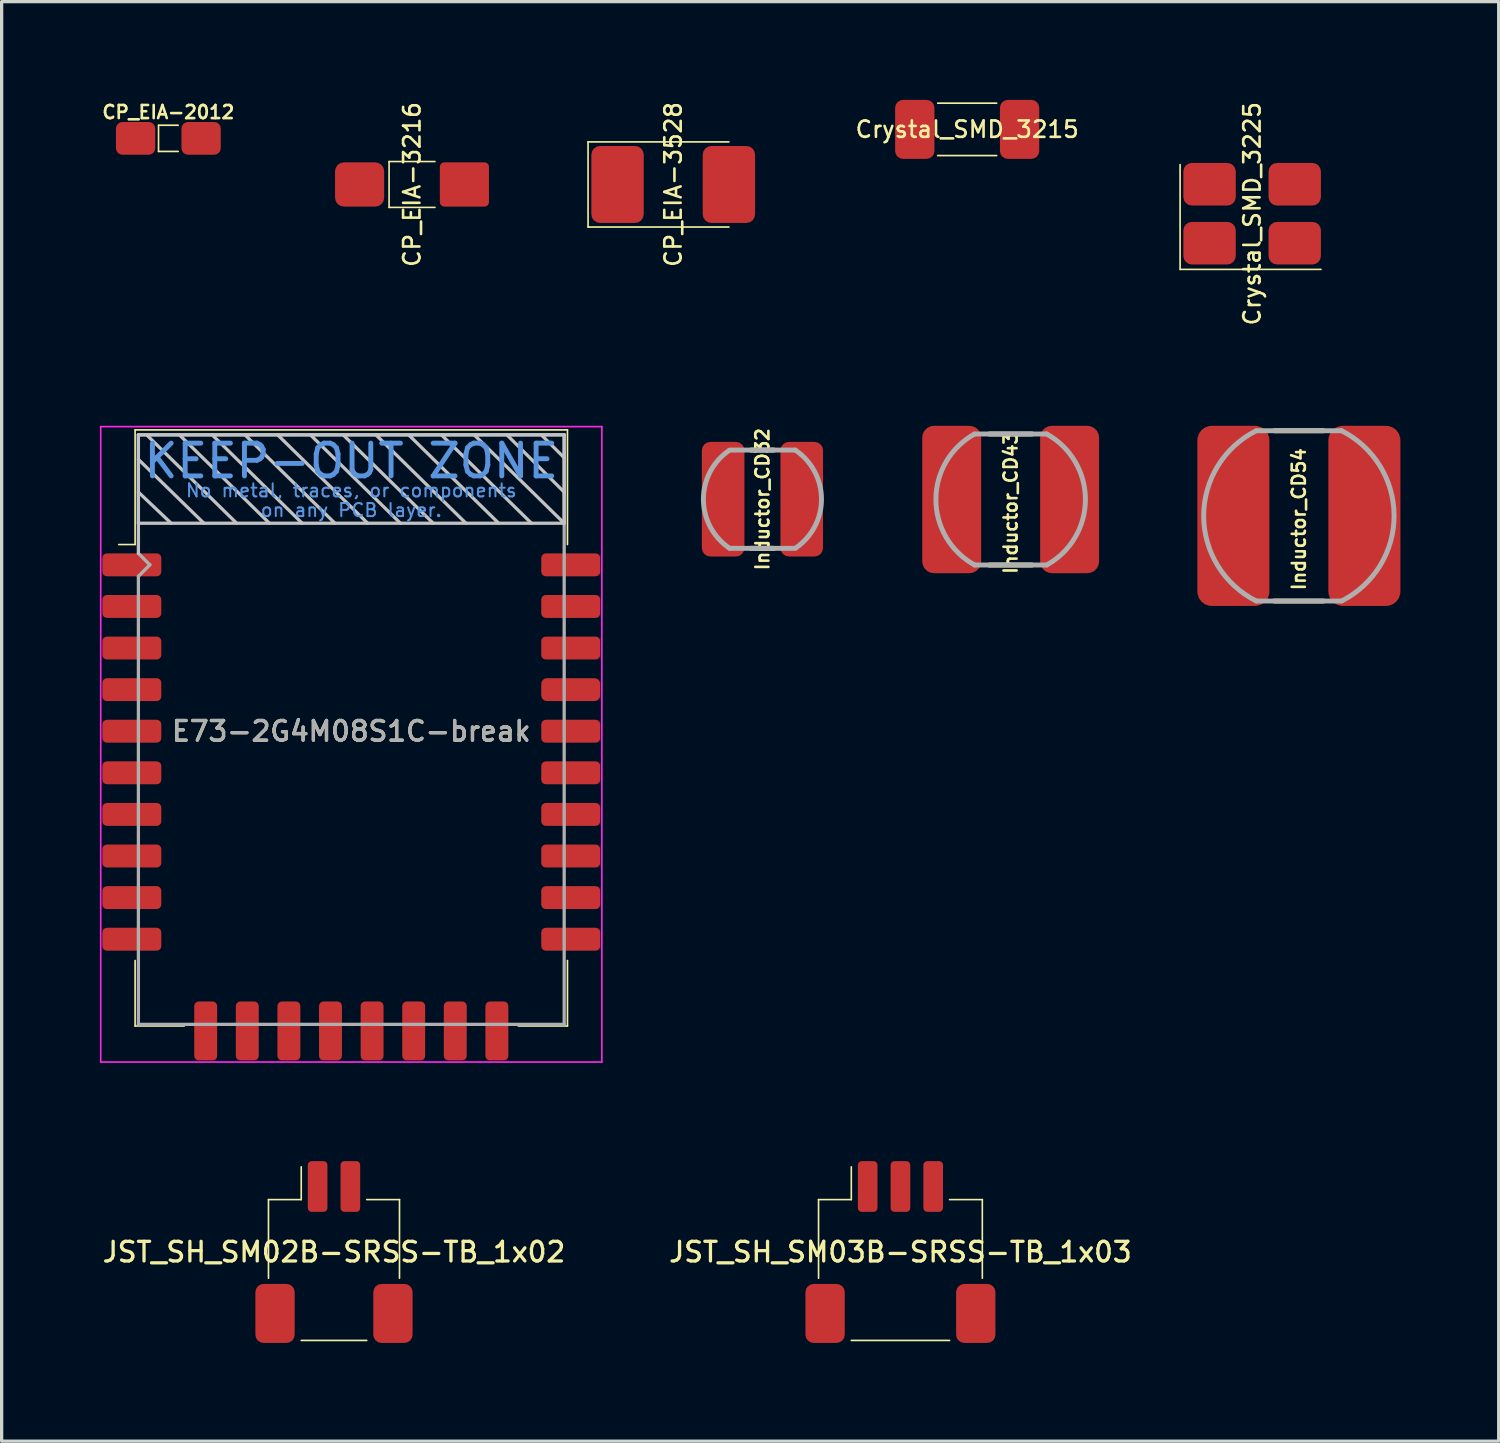
<source format=kicad_pcb>
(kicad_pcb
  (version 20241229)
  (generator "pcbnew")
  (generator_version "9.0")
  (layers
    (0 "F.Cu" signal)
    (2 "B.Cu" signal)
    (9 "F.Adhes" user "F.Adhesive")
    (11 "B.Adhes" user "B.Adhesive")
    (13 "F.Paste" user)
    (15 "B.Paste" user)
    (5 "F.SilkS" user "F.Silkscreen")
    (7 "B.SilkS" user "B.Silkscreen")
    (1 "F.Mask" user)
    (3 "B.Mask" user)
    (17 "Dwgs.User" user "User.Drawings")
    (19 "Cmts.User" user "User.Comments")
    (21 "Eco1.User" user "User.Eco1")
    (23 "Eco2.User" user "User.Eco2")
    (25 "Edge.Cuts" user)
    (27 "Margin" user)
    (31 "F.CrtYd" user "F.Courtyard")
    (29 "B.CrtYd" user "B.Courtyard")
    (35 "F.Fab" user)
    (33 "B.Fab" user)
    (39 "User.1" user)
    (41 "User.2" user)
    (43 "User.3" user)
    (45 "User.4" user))
  (footprint "JST_SH_SM03B-SRSS-TB_1x03"
    (layer "F.Cu")
    (at 24.441 35.175)
    (property "Reference" "JST_SH_SM03B-SRSS-TB_1x03" (at 0 0 0) (layer "F.SilkS") (effects (font (size 0.6 0.6) (thickness 0.1))))
    (attr smd)
    (fp_line (start -2.5 -1.6) (end -1.5 -1.6) (stroke (width 0.05) (type solid)) (layer "F.SilkS"))
    (fp_line (start -2.5 0.8) (end -2.5 -1.6) (stroke (width 0.05) (type solid)) (layer "F.SilkS"))
    (fp_line (start -1.5 -1.6) (end -1.5 -2.6) (stroke (width 0.05) (type solid)) (layer "F.SilkS"))
    (fp_line (start -1.5 2.7) (end 1.5 2.7) (stroke (width 0.05) (type solid)) (layer "F.SilkS"))
    (fp_line (start 2.5 -1.6) (end 1.5 -1.6) (stroke (width 0.05) (type solid)) (layer "F.SilkS"))
    (fp_line (start 2.5 0.8) (end 2.5 -1.6) (stroke (width 0.05) (type solid)) (layer "F.SilkS"))
    (pad "1" smd roundrect (at -1 -2) (size 0.6 1.55) (layers "F.Cu" "F.Mask" "F.Paste") (roundrect_rratio 0.2))
    (pad "2" smd roundrect (at 0 -2) (size 0.6 1.55) (layers "F.Cu" "F.Mask" "F.Paste") (roundrect_rratio 0.2))
    (pad "3" smd roundrect (at 1 -2) (size 0.6 1.55) (layers "F.Cu" "F.Mask" "F.Paste") (roundrect_rratio 0.2))
    (pad "MP" smd roundrect (at -2.3 1.875) (size 1.2 1.8) (layers "F.Cu" "F.Mask" "F.Paste") (roundrect_rratio 0.208))
    (pad "MP" smd roundrect (at 2.3 1.875) (size 1.2 1.8) (layers "F.Cu" "F.Mask" "F.Paste") (roundrect_rratio 0.208)))
  (footprint "JST_SH_SM02B-SRSS-TB_1x02"
    (layer "F.Cu")
    (at 7.147 35.175)
    (property "Reference" "JST_SH_SM02B-SRSS-TB_1x02" (at 0 0 0) (layer "F.SilkS") (effects (font (size 0.6 0.6) (thickness 0.1))))
    (attr smd)
    (fp_line (start -2 -1.6) (end -1 -1.6) (stroke (width 0.05) (type solid)) (layer "F.SilkS"))
    (fp_line (start -2 0.8) (end -2 -1.6) (stroke (width 0.05) (type solid)) (layer "F.SilkS"))
    (fp_line (start -1 -1.6) (end -1 -2.6) (stroke (width 0.05) (type solid)) (layer "F.SilkS"))
    (fp_line (start -1 2.7) (end 1 2.7) (stroke (width 0.05) (type solid)) (layer "F.SilkS"))
    (fp_line (start 2 -1.6) (end 1 -1.6) (stroke (width 0.05) (type solid)) (layer "F.SilkS"))
    (fp_line (start 2 0.8) (end 2 -1.6) (stroke (width 0.05) (type solid)) (layer "F.SilkS"))
    (pad "1" smd roundrect (at -0.5 -2) (size 0.6 1.55) (layers "F.Cu" "F.Mask" "F.Paste") (roundrect_rratio 0.2))
    (pad "2" smd roundrect (at 0.5 -2) (size 0.6 1.55) (layers "F.Cu" "F.Mask" "F.Paste") (roundrect_rratio 0.2))
    (pad "MP" smd roundrect (at -1.8 1.875) (size 1.2 1.8) (layers "F.Cu" "F.Mask" "F.Paste") (roundrect_rratio 0.208))
    (pad "MP" smd roundrect (at 1.8 1.875) (size 1.2 1.8) (layers "F.Cu" "F.Mask" "F.Paste") (roundrect_rratio 0.208)))
  (footprint "E73-2G4M08S1C-break"
    (layer "F.Cu")
    (at 7.675 19.275)
    (property "Reference" "E73-2G4M08S1C-break" (at 0 0 0) (layer "F.SilkS") (effects (font (size 0.6 0.6) (thickness 0.1))))
    (attr smd)
    (fp_line (start -6.6 -9.2) (end -6.6 -5.7) (stroke (width 0.05) (type solid)) (layer "F.SilkS"))
    (fp_line (start -6.6 -5.7) (end -7.1 -5.7) (stroke (width 0.05) (type solid)) (layer "F.SilkS"))
    (fp_line (start -6.6 9) (end -6.6 7) (stroke (width 0.05) (type solid)) (layer "F.SilkS"))
    (fp_line (start -6.6 9) (end -5.1 9) (stroke (width 0.05) (type solid)) (layer "F.SilkS"))
    (fp_line (start 6.6 -9.2) (end -6.6 -9.2) (stroke (width 0.05) (type solid)) (layer "F.SilkS"))
    (fp_line (start 6.6 -9.2) (end 6.6 -5.7) (stroke (width 0.05) (type solid)) (layer "F.SilkS"))
    (fp_line (start 6.6 9) (end 5.1 9) (stroke (width 0.05) (type solid)) (layer "F.SilkS"))
    (fp_line (start 6.6 9) (end 6.6 7) (stroke (width 0.05) (type solid)) (layer "F.SilkS"))
    (fp_line (start -6.5 -9.05) (end 6.5 -9.05) (stroke (width 0.1) (type solid)) (layer "Dwgs.User"))
    (fp_line (start -6.5 -8.3) (end -4.5 -6.35) (stroke (width 0.1) (type solid)) (layer "Dwgs.User"))
    (fp_line (start -6.5 -5.43) (end -6.5 -9.05) (stroke (width 0.1) (type solid)) (layer "Dwgs.User"))
    (fp_line (start -5.5 -6.35) (end -6.5 -7.3) (stroke (width 0.1) (type solid)) (layer "Dwgs.User"))
    (fp_line (start -5.25 -9.05) (end -2.5 -6.35) (stroke (width 0.1) (type solid)) (layer "Dwgs.User"))
    (fp_line (start -3.5 -6.35) (end -6.25 -9.05) (stroke (width 0.1) (type solid)) (layer "Dwgs.User"))
    (fp_line (start -3.25 -9.05) (end -0.5 -6.35) (stroke (width 0.1) (type solid)) (layer "Dwgs.User"))
    (fp_line (start -1.5 -6.35) (end -4.25 -9.05) (stroke (width 0.1) (type solid)) (layer "Dwgs.User"))
    (fp_line (start -1.25 -9.05) (end 1.5 -6.35) (stroke (width 0.1) (type solid)) (layer "Dwgs.User"))
    (fp_line (start 0.5 -6.35) (end -2.25 -9.05) (stroke (width 0.1) (type solid)) (layer "Dwgs.User"))
    (fp_line (start 0.75 -9.05) (end 3.5 -6.35) (stroke (width 0.1) (type solid)) (layer "Dwgs.User"))
    (fp_line (start 2.5 -6.35) (end -0.25 -9.05) (stroke (width 0.1) (type solid)) (layer "Dwgs.User"))
    (fp_line (start 2.75 -9.05) (end 5.5 -6.35) (stroke (width 0.1) (type solid)) (layer "Dwgs.User"))
    (fp_line (start 4.5 -6.35) (end 1.75 -9.05) (stroke (width 0.1) (type solid)) (layer "Dwgs.User"))
    (fp_line (start 4.75 -9.05) (end 6.5 -7.3) (stroke (width 0.1) (type solid)) (layer "Dwgs.User"))
    (fp_line (start 5.8 -9.05) (end 6.5 -8.35) (stroke (width 0.1) (type solid)) (layer "Dwgs.User"))
    (fp_line (start 6.5 -9.05) (end 6.5 -6.35) (stroke (width 0.1) (type solid)) (layer "Dwgs.User"))
    (fp_line (start 6.5 -6.35) (end -6.5 -6.35) (stroke (width 0.1) (type solid)) (layer "Dwgs.User"))
    (fp_line (start 6.5 -6.35) (end 3.75 -9.05) (stroke (width 0.1) (type solid)) (layer "Dwgs.User"))
    (fp_line (start -7.65 -9.3) (end -7.65 10.1) (stroke (width 0.05) (type solid)) (layer "F.CrtYd"))
    (fp_line (start -7.65 10.1) (end 7.65 10.1) (stroke (width 0.05) (type solid)) (layer "F.CrtYd"))
    (fp_line (start 7.65 -9.3) (end -7.65 -9.3) (stroke (width 0.05) (type solid)) (layer "F.CrtYd"))
    (fp_line (start 7.65 10.1) (end 7.65 -9.3) (stroke (width 0.05) (type solid)) (layer "F.CrtYd"))
    (fp_line (start -6.5 -6.35) (end -6.5 -9.05) (stroke (width 0.1) (type solid)) (layer "F.Fab"))
    (fp_line (start -6.5 -5.43) (end -6.15 -5.08) (stroke (width 0.1) (type solid)) (layer "F.Fab"))
    (fp_line (start -6.5 -4.73) (end -6.5 8.95) (stroke (width 0.1) (type solid)) (layer "F.Fab"))
    (fp_line (start -6.5 8.95) (end 6.5 8.95) (stroke (width 0.1) (type solid)) (layer "F.Fab"))
    (fp_line (start -6.15 -5.08) (end -6.5 -4.73) (stroke (width 0.1) (type solid)) (layer "F.Fab"))
    (fp_line (start 6.5 -9.05) (end -6.5 -9.05) (stroke (width 0.1) (type solid)) (layer "F.Fab"))
    (fp_line (start 6.5 8.95) (end 6.5 -9.05) (stroke (width 0.1) (type solid)) (layer "F.Fab"))
    (fp_text user "KEEP-OUT ZONE" (at 0 -8.25 0) (layer "Cmts.User") (effects (font (size 1 1) (thickness 0.15))))
    (fp_text user "on any PCB layer." (at 0 -6.75 0) (layer "Cmts.User") (effects (font (size 0.4 0.4) (thickness 0.06))))
    (fp_text user "No metal, traces, or components" (at 0 -7.35 0) (layer "Cmts.User") (effects (font (size 0.4 0.4) (thickness 0.06))))
    (fp_text user "${REFERENCE}" (at 0 0 0) (layer "F.Fab") (effects (font (size 0.6 0.6) (thickness 0.1))))
    (pad "1" smd roundrect (at -6.7 -5.08) (size 1.8 0.7) (layers "F.Cu" "F.Mask" "F.Paste") (roundrect_rratio 0.2))
    (pad "2" smd roundrect (at -6.7 -3.81) (size 1.8 0.7) (layers "F.Cu" "F.Mask" "F.Paste") (roundrect_rratio 0.2))
    (pad "3" smd roundrect (at -6.7 -2.54) (size 1.8 0.7) (layers "F.Cu" "F.Mask" "F.Paste") (roundrect_rratio 0.2))
    (pad "4" smd roundrect (at -6.7 -1.27) (size 1.8 0.7) (layers "F.Cu" "F.Mask" "F.Paste") (roundrect_rratio 0.2))
    (pad "5" smd roundrect (at -6.7 0) (size 1.8 0.7) (layers "F.Cu" "F.Mask" "F.Paste") (roundrect_rratio 0.2))
    (pad "6" smd roundrect (at -6.7 1.27) (size 1.8 0.7) (layers "F.Cu" "F.Mask" "F.Paste") (roundrect_rratio 0.2))
    (pad "7" smd roundrect (at -6.7 2.54) (size 1.8 0.7) (layers "F.Cu" "F.Mask" "F.Paste") (roundrect_rratio 0.2))
    (pad "8" smd roundrect (at -6.7 3.81) (size 1.8 0.7) (layers "F.Cu" "F.Mask" "F.Paste") (roundrect_rratio 0.2))
    (pad "9" smd roundrect (at -6.7 5.08) (size 1.8 0.7) (layers "F.Cu" "F.Mask" "F.Paste") (roundrect_rratio 0.2))
    (pad "10" smd roundrect (at -6.7 6.35) (size 1.8 0.7) (layers "F.Cu" "F.Mask" "F.Paste") (roundrect_rratio 0.2))
    (pad "11" smd roundrect (at -4.445 9.15) (size 0.7 1.8) (layers "F.Cu" "F.Mask" "F.Paste") (roundrect_rratio 0.2))
    (pad "13" smd roundrect (at -3.175 9.15) (size 0.7 1.8) (layers "F.Cu" "F.Mask" "F.Paste") (roundrect_rratio 0.2))
    (pad "15" smd roundrect (at -1.905 9.15) (size 0.7 1.8) (layers "F.Cu" "F.Mask" "F.Paste") (roundrect_rratio 0.2))
    (pad "17" smd roundrect (at -0.635 9.15) (size 0.7 1.8) (layers "F.Cu" "F.Mask" "F.Paste") (roundrect_rratio 0.2))
    (pad "19" smd roundrect (at 0.635 9.15) (size 0.7 1.8) (layers "F.Cu" "F.Mask" "F.Paste") (roundrect_rratio 0.2))
    (pad "21" smd roundrect (at 1.905 9.15) (size 0.7 1.8) (layers "F.Cu" "F.Mask" "F.Paste") (roundrect_rratio 0.2))
    (pad "23" smd roundrect (at 3.175 9.15) (size 0.7 1.8) (layers "F.Cu" "F.Mask" "F.Paste") (roundrect_rratio 0.2))
    (pad "25" smd roundrect (at 4.445 9.15) (size 0.7 1.8) (layers "F.Cu" "F.Mask" "F.Paste") (roundrect_rratio 0.2))
    (pad "26" smd roundrect (at 6.7 6.35) (size 1.8 0.7) (layers "F.Cu" "F.Mask" "F.Paste") (roundrect_rratio 0.2))
    (pad "27" smd roundrect (at 6.7 5.08) (size 1.8 0.7) (layers "F.Cu" "F.Mask" "F.Paste") (roundrect_rratio 0.2))
    (pad "29" smd roundrect (at 6.7 3.81) (size 1.8 0.7) (layers "F.Cu" "F.Mask" "F.Paste") (roundrect_rratio 0.2))
    (pad "31" smd roundrect (at 6.7 2.54) (size 1.8 0.7) (layers "F.Cu" "F.Mask" "F.Paste") (roundrect_rratio 0.2))
    (pad "33" smd roundrect (at 6.7 1.27) (size 1.8 0.7) (layers "F.Cu" "F.Mask" "F.Paste") (roundrect_rratio 0.2))
    (pad "35" smd roundrect (at 6.7 0) (size 1.8 0.7) (layers "F.Cu" "F.Mask" "F.Paste") (roundrect_rratio 0.2))
    (pad "37" smd roundrect (at 6.7 -1.27) (size 1.8 0.7) (layers "F.Cu" "F.Mask" "F.Paste") (roundrect_rratio 0.25))
    (pad "39" smd roundrect (at 6.7 -2.54) (size 1.8 0.7) (layers "F.Cu" "F.Mask" "F.Paste") (roundrect_rratio 0.2))
    (pad "41" smd roundrect (at 6.7 -3.81) (size 1.8 0.7) (layers "F.Cu" "F.Mask" "F.Paste") (roundrect_rratio 0.2))
    (pad "43" smd roundrect (at 6.7 -5.08) (size 1.8 0.7) (layers "F.Cu" "F.Mask" "F.Paste") (roundrect_rratio 0.2)))
  (footprint "Crystal_SMD_3225"
    (layer "F.Cu")
    (at 35.179 3.475)
    (property "Reference" "Crystal_SMD_3225" (at 0 0 90) (layer "F.SilkS") (effects (font (size 0.5 0.5) (thickness 0.08))))
    (attr smd)
    (fp_line (start -2.2 -1.5) (end -2.2 1.7) (stroke (width 0.05) (type solid)) (layer "F.SilkS"))
    (fp_line (start -2.2 1.7) (end 2.1 1.7) (stroke (width 0.05) (type solid)) (layer "F.SilkS"))
    (pad "1" smd roundrect (at -1.3 0.9) (size 1.6 1.3) (layers "F.Cu" "F.Mask" "F.Paste") (roundrect_rratio 0.2))
    (pad "2" smd roundrect (at 1.3 0.9) (size 1.6 1.3) (layers "F.Cu" "F.Mask" "F.Paste") (roundrect_rratio 0.2))
    (pad "3" smd roundrect (at 1.3 -0.9) (size 1.6 1.3) (layers "F.Cu" "F.Mask" "F.Paste") (roundrect_rratio 0.2))
    (pad "4" smd roundrect (at -1.3 -0.9) (size 1.6 1.3) (layers "F.Cu" "F.Mask" "F.Paste") (roundrect_rratio 0.2)))
  (footprint "Inductor_CD43"
    (layer "F.Cu")
    (at 27.806 12.2)
    (property "Reference" "Inductor_CD43" (at 0 0.1 270) (layer "F.SilkS") (effects (font (size 0.4 0.4) (thickness 0.08))))
    (attr smd)
    (fp_line (start -0.65 -2) (end 0.65 -2) (stroke (width 0.15) (type solid)) (layer "F.SilkS"))
    (fp_line (start -0.65 2) (end 0.65 2) (stroke (width 0.15) (type solid)) (layer "F.SilkS"))
    (fp_line (start -1.1 -2) (end 1.1 -2) (stroke (width 0.15) (type solid)) (layer "F.Fab"))
    (fp_line (start -1.1 2) (end 1.1 2) (stroke (width 0.15) (type solid)) (layer "F.Fab"))
    (fp_arc (start -1.1 2) (mid -2.28254 0.003554) (end -1.106222 -1.996565) (stroke (width 0.15) (type solid)) (layer "F.Fab"))
    (fp_arc (start 1.1 -2) (mid 2.28254 -0.003554) (end 1.106222 1.996565) (stroke (width 0.15) (type solid)) (layer "F.Fab"))
    (pad "1" smd roundrect (at -1.8 0 90) (size 4.5 1.8) (layers "F.Cu" "F.Mask" "F.Paste") (roundrect_rratio 0.2))
    (pad "2" smd roundrect (at 1.8 0 90) (size 4.5 1.8) (layers "F.Cu" "F.Mask" "F.Paste") (roundrect_rratio 0.2)))
  (footprint "CP_EIA-3528"
    (layer "F.Cu")
    (at 17.504 2.582)
    (property "Reference" "CP_EIA-3528" (at 0 0 90) (layer "F.SilkS") (effects (font (size 0.5 0.5) (thickness 0.08))))
    (attr smd)
    (fp_line (start -2.6 -1.3) (end -2.6 1.3) (stroke (width 0.05) (type solid)) (layer "F.SilkS"))
    (fp_line (start -2.6 1.3) (end 1.7 1.3) (stroke (width 0.05) (type solid)) (layer "F.SilkS"))
    (fp_line (start 1.7 -1.3) (end -2.6 -1.3) (stroke (width 0.05) (type solid)) (layer "F.SilkS"))
    (pad "1" smd roundrect (at -1.7 0) (size 1.6 2.35) (layers "F.Cu" "F.Mask" "F.Paste") (roundrect_rratio 0.167))
    (pad "2" smd roundrect (at 1.7 0) (size 1.6 2.35) (layers "F.Cu" "F.Mask" "F.Paste") (roundrect_rratio 0.167)))
  (footprint "CP_EIA-3216"
    (layer "F.Cu")
    (at 9.529 2.582)
    (property "Reference" "CP_EIA-3216" (at 0 0 90) (layer "F.SilkS") (effects (font (size 0.5 0.5) (thickness 0.08))))
    (attr smd)
    (fp_line (start -0.7 -0.7) (end -0.7 0.7) (stroke (width 0.05) (type solid)) (layer "F.SilkS"))
    (fp_line (start -0.7 0.7) (end 0.7 0.7) (stroke (width 0.05) (type solid)) (layer "F.SilkS"))
    (fp_line (start 0.7 -0.7) (end -0.7 -0.7) (stroke (width 0.05) (type solid)) (layer "F.SilkS"))
    (pad "1" smd roundrect (at -1.6 0) (size 1.5 1.35) (layers "F.Cu" "F.Mask" "F.Paste") (roundrect_rratio 0.2))
    (pad "2" smd roundrect (at 1.6 0) (size 1.5 1.35) (layers "F.Cu" "F.Mask" "F.Paste") (roundrect_rratio 0.1)))
  (footprint "Inductor_CD54"
    (layer "F.Cu")
    (at 36.606 12.7)
    (property "Reference" "Inductor_CD54" (at 0 0.1 270) (layer "F.SilkS") (effects (font (size 0.4 0.4) (thickness 0.08))))
    (attr smd)
    (fp_line (start -0.75 -2.6) (end 0.75 -2.6) (stroke (width 0.15) (type solid)) (layer "F.SilkS"))
    (fp_line (start -0.75 2.6) (end 0.75 2.6) (stroke (width 0.15) (type solid)) (layer "F.SilkS"))
    (fp_line (start -1.3 -2.6) (end 1.3 -2.6) (stroke (width 0.15) (type solid)) (layer "F.Fab"))
    (fp_line (start -1.3 2.6) (end 1.3 2.6) (stroke (width 0.15) (type solid)) (layer "F.Fab"))
    (fp_arc (start -1.3 2.6) (mid -2.906873 0.009383) (end -1.316758 -2.591553) (stroke (width 0.15) (type solid)) (layer "F.Fab"))
    (fp_arc (start 1.3 -2.6) (mid 2.906873 -0.009383) (end 1.316758 2.591553) (stroke (width 0.15) (type solid)) (layer "F.Fab"))
    (pad "1" smd roundrect (at -2 0 90) (size 5.5 2.2) (layers "F.Cu" "F.Mask" "F.Paste") (roundrect_rratio 0.2))
    (pad "2" smd roundrect (at 2 0 90) (size 5.5 2.2) (layers "F.Cu" "F.Mask" "F.Paste") (roundrect_rratio 0.2)))
  (footprint "Crystal_SMD_3215"
    (layer "F.Cu")
    (at 26.479 0.9)
    (property "Reference" "Crystal_SMD_3215" (at 0 0 180) (layer "F.SilkS") (effects (font (size 0.5 0.5) (thickness 0.08))))
    (attr smd)
    (fp_line (start -0.9 -0.8) (end 0.9 -0.8) (stroke (width 0.05) (type solid)) (layer "F.SilkS"))
    (fp_line (start -0.9 0.8) (end 0.9 0.8) (stroke (width 0.05) (type solid)) (layer "F.SilkS"))
    (pad "1" smd roundrect (at 1.6 0) (size 1.2 1.8) (layers "F.Cu" "F.Mask" "F.Paste") (roundrect_rratio 0.2))
    (pad "2" smd roundrect (at -1.6 0) (size 1.2 1.8) (layers "F.Cu" "F.Mask" "F.Paste") (roundrect_rratio 0.2)))
  (footprint "CP_EIA-2012"
    (layer "F.Cu")
    (at 2.09 1.174)
    (property "Reference" "CP_EIA-2012" (at 0 -0.8 180) (layer "F.SilkS") (effects (font (size 0.4 0.4) (thickness 0.08))))
    (attr smd)
    (fp_line (start -0.3 -0.4) (end -0.3 0.4) (stroke (width 0.05) (type solid)) (layer "F.SilkS"))
    (fp_line (start -0.3 0.4) (end 0.3 0.4) (stroke (width 0.05) (type solid)) (layer "F.SilkS"))
    (fp_line (start 0.3 -0.4) (end -0.3 -0.4) (stroke (width 0.05) (type solid)) (layer "F.SilkS"))
    (pad "1" smd roundrect (at -1 0) (size 1.2 1) (layers "F.Cu" "F.Mask" "F.Paste") (roundrect_rratio 0.2))
    (pad "2" smd roundrect (at 1 0) (size 1.2 1) (layers "F.Cu" "F.Mask" "F.Paste") (roundrect_rratio 0.2)))
  (footprint "Inductor_CD32"
    (layer "F.Cu")
    (at 20.228 12.191)
    (property "Reference" "Inductor_CD32" (at 0 0 270) (layer "F.SilkS") (effects (font (size 0.4 0.4) (thickness 0.08))))
    (attr smd)
    (fp_line (start -0.35 -1.5) (end 0.35 -1.5) (stroke (width 0.15) (type solid)) (layer "F.SilkS"))
    (fp_line (start -0.35 1.5) (end 0.35 1.5) (stroke (width 0.15) (type solid)) (layer "F.SilkS"))
    (fp_line (start -1 1.5) (end 1 1.5) (stroke (width 0.15) (type solid)) (layer "F.Fab"))
    (fp_line (start 1 -1.5) (end -1 -1.5) (stroke (width 0.15) (type solid)) (layer "F.Fab"))
    (fp_arc (start -1 1.5) (mid -1.802749 0.009752) (end -1.016169 -1.489094) (stroke (width 0.15) (type solid)) (layer "F.Fab"))
    (fp_arc (start 1 -1.5) (mid 1.802749 -0.009752) (end 1.016169 1.489094) (stroke (width 0.15) (type solid)) (layer "F.Fab"))
    (pad "1" smd roundrect (at -1.2 0 90) (size 3.5 1.3) (layers "F.Cu" "F.Mask" "F.Paste") (roundrect_rratio 0.2))
    (pad "2" smd roundrect (at 1.2 0 90) (size 3.5 1.3) (layers "F.Cu" "F.Mask" "F.Paste") (roundrect_rratio 0.2)))
  (gr_rect
    (start -3 -3)
    (end 42.706 40.95)
    (stroke (width 0.1) (type default))
    (fill no)
    (layer "Edge.Cuts")))
</source>
